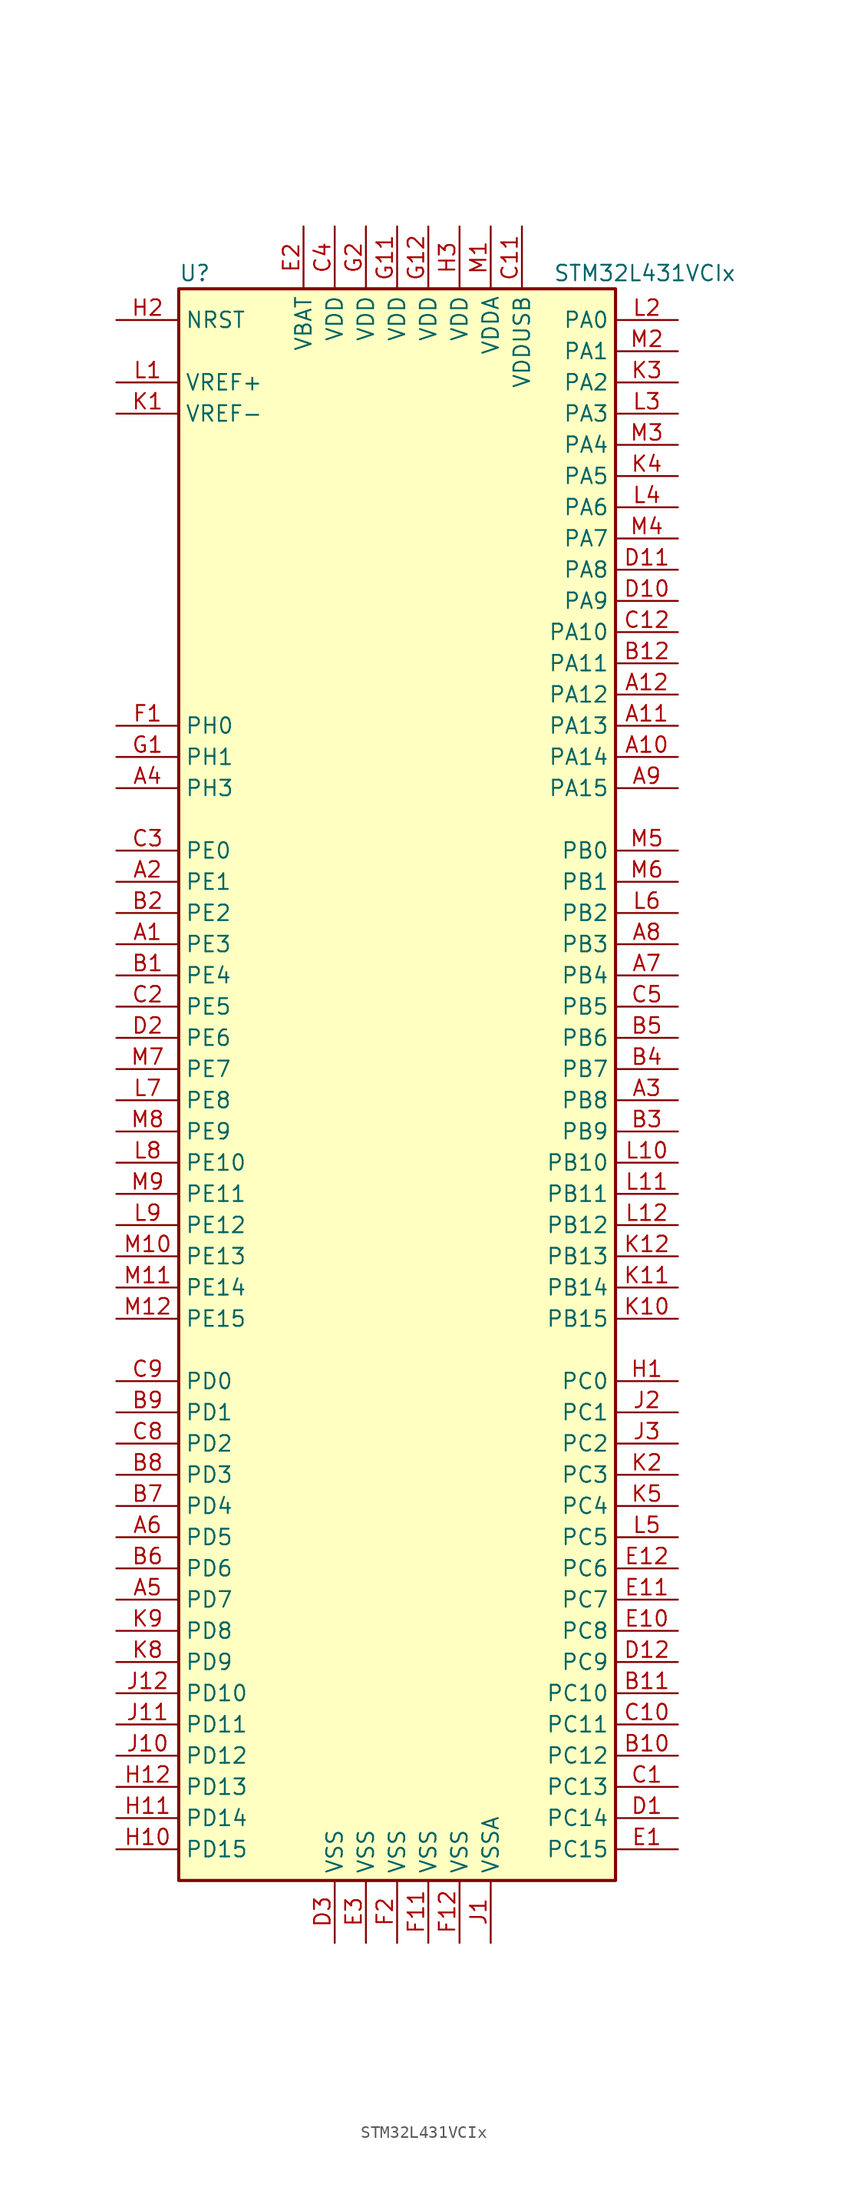
<source format=kicad_sym>
(kicad_symbol_lib
  (version 20201005)
  (generator kicad_symbol_editor)
  (symbol "STM32L431VCIx"
    (property "Reference" "U"
      (at -17.78 64.77 0)
      (effects (font (size 1.27 1.27)) (justify left)))
    (property "Value" "STM32L431VCIx"
      (at 12.7 64.77 0)
      (effects (font (size 1.27 1.27)) (justify left)))
    (symbol "STM32L431VCIx_0_1"
      (rectangle (start -17.78 -66.04) (end 17.78 63.5) (stroke (width 0.254)) (fill (type background))))
    (symbol "STM32L431VCIx_1_1"
      (pin input line (at -22.86 60.96 0) (length 5.08) (name "NRST" (effects (font (size 1.27 1.27)))) (number "H2" (effects (font (size 1.27 1.27)))))
      (pin bidirectional line (at 22.86 60.96 180) (length 5.08) (name "PA0" (effects (font (size 1.27 1.27)))) (number "L2" (effects (font (size 1.27 1.27)))))
      (pin bidirectional line (at 22.86 58.42 180) (length 5.08) (name "PA1" (effects (font (size 1.27 1.27)))) (number "M2" (effects (font (size 1.27 1.27)))))
      (pin bidirectional line (at 22.86 35.56 180) (length 5.08) (name "PA10" (effects (font (size 1.27 1.27)))) (number "C12" (effects (font (size 1.27 1.27)))))
      (pin bidirectional line (at 22.86 33.02 180) (length 5.08) (name "PA11" (effects (font (size 1.27 1.27)))) (number "B12" (effects (font (size 1.27 1.27)))))
      (pin bidirectional line (at 22.86 30.48 180) (length 5.08) (name "PA12" (effects (font (size 1.27 1.27)))) (number "A12" (effects (font (size 1.27 1.27)))))
      (pin bidirectional line (at 22.86 27.94 180) (length 5.08) (name "PA13" (effects (font (size 1.27 1.27)))) (number "A11" (effects (font (size 1.27 1.27)))))
      (pin bidirectional line (at 22.86 25.4 180) (length 5.08) (name "PA14" (effects (font (size 1.27 1.27)))) (number "A10" (effects (font (size 1.27 1.27)))))
      (pin bidirectional line (at 22.86 22.86 180) (length 5.08) (name "PA15" (effects (font (size 1.27 1.27)))) (number "A9" (effects (font (size 1.27 1.27)))))
      (pin bidirectional line (at 22.86 55.88 180) (length 5.08) (name "PA2" (effects (font (size 1.27 1.27)))) (number "K3" (effects (font (size 1.27 1.27)))))
      (pin bidirectional line (at 22.86 53.34 180) (length 5.08) (name "PA3" (effects (font (size 1.27 1.27)))) (number "L3" (effects (font (size 1.27 1.27)))))
      (pin bidirectional line (at 22.86 50.8 180) (length 5.08) (name "PA4" (effects (font (size 1.27 1.27)))) (number "M3" (effects (font (size 1.27 1.27)))))
      (pin bidirectional line (at 22.86 48.26 180) (length 5.08) (name "PA5" (effects (font (size 1.27 1.27)))) (number "K4" (effects (font (size 1.27 1.27)))))
      (pin bidirectional line (at 22.86 45.72 180) (length 5.08) (name "PA6" (effects (font (size 1.27 1.27)))) (number "L4" (effects (font (size 1.27 1.27)))))
      (pin bidirectional line (at 22.86 43.18 180) (length 5.08) (name "PA7" (effects (font (size 1.27 1.27)))) (number "M4" (effects (font (size 1.27 1.27)))))
      (pin bidirectional line (at 22.86 40.64 180) (length 5.08) (name "PA8" (effects (font (size 1.27 1.27)))) (number "D11" (effects (font (size 1.27 1.27)))))
      (pin bidirectional line (at 22.86 38.1 180) (length 5.08) (name "PA9" (effects (font (size 1.27 1.27)))) (number "D10" (effects (font (size 1.27 1.27)))))
      (pin bidirectional line (at 22.86 17.78 180) (length 5.08) (name "PB0" (effects (font (size 1.27 1.27)))) (number "M5" (effects (font (size 1.27 1.27)))))
      (pin bidirectional line (at 22.86 15.24 180) (length 5.08) (name "PB1" (effects (font (size 1.27 1.27)))) (number "M6" (effects (font (size 1.27 1.27)))))
      (pin bidirectional line (at 22.86 -7.62 180) (length 5.08) (name "PB10" (effects (font (size 1.27 1.27)))) (number "L10" (effects (font (size 1.27 1.27)))))
      (pin bidirectional line (at 22.86 -10.16 180) (length 5.08) (name "PB11" (effects (font (size 1.27 1.27)))) (number "L11" (effects (font (size 1.27 1.27)))))
      (pin bidirectional line (at 22.86 -12.7 180) (length 5.08) (name "PB12" (effects (font (size 1.27 1.27)))) (number "L12" (effects (font (size 1.27 1.27)))))
      (pin bidirectional line (at 22.86 -15.24 180) (length 5.08) (name "PB13" (effects (font (size 1.27 1.27)))) (number "K12" (effects (font (size 1.27 1.27)))))
      (pin bidirectional line (at 22.86 -17.78 180) (length 5.08) (name "PB14" (effects (font (size 1.27 1.27)))) (number "K11" (effects (font (size 1.27 1.27)))))
      (pin bidirectional line (at 22.86 -20.32 180) (length 5.08) (name "PB15" (effects (font (size 1.27 1.27)))) (number "K10" (effects (font (size 1.27 1.27)))))
      (pin bidirectional line (at 22.86 12.7 180) (length 5.08) (name "PB2" (effects (font (size 1.27 1.27)))) (number "L6" (effects (font (size 1.27 1.27)))))
      (pin bidirectional line (at 22.86 10.16 180) (length 5.08) (name "PB3" (effects (font (size 1.27 1.27)))) (number "A8" (effects (font (size 1.27 1.27)))))
      (pin bidirectional line (at 22.86 7.62 180) (length 5.08) (name "PB4" (effects (font (size 1.27 1.27)))) (number "A7" (effects (font (size 1.27 1.27)))))
      (pin bidirectional line (at 22.86 5.08 180) (length 5.08) (name "PB5" (effects (font (size 1.27 1.27)))) (number "C5" (effects (font (size 1.27 1.27)))))
      (pin bidirectional line (at 22.86 2.54 180) (length 5.08) (name "PB6" (effects (font (size 1.27 1.27)))) (number "B5" (effects (font (size 1.27 1.27)))))
      (pin bidirectional line (at 22.86 0 180) (length 5.08) (name "PB7" (effects (font (size 1.27 1.27)))) (number "B4" (effects (font (size 1.27 1.27)))))
      (pin bidirectional line (at 22.86 -2.54 180) (length 5.08) (name "PB8" (effects (font (size 1.27 1.27)))) (number "A3" (effects (font (size 1.27 1.27)))))
      (pin bidirectional line (at 22.86 -5.08 180) (length 5.08) (name "PB9" (effects (font (size 1.27 1.27)))) (number "B3" (effects (font (size 1.27 1.27)))))
      (pin bidirectional line (at 22.86 -25.4 180) (length 5.08) (name "PC0" (effects (font (size 1.27 1.27)))) (number "H1" (effects (font (size 1.27 1.27)))))
      (pin bidirectional line (at 22.86 -27.94 180) (length 5.08) (name "PC1" (effects (font (size 1.27 1.27)))) (number "J2" (effects (font (size 1.27 1.27)))))
      (pin bidirectional line (at 22.86 -50.8 180) (length 5.08) (name "PC10" (effects (font (size 1.27 1.27)))) (number "B11" (effects (font (size 1.27 1.27)))))
      (pin bidirectional line (at 22.86 -53.34 180) (length 5.08) (name "PC11" (effects (font (size 1.27 1.27)))) (number "C10" (effects (font (size 1.27 1.27)))))
      (pin bidirectional line (at 22.86 -55.88 180) (length 5.08) (name "PC12" (effects (font (size 1.27 1.27)))) (number "B10" (effects (font (size 1.27 1.27)))))
      (pin bidirectional line (at 22.86 -58.42 180) (length 5.08) (name "PC13" (effects (font (size 1.27 1.27)))) (number "C1" (effects (font (size 1.27 1.27)))))
      (pin bidirectional line (at 22.86 -60.96 180) (length 5.08) (name "PC14" (effects (font (size 1.27 1.27)))) (number "D1" (effects (font (size 1.27 1.27)))))
      (pin bidirectional line (at 22.86 -63.5 180) (length 5.08) (name "PC15" (effects (font (size 1.27 1.27)))) (number "E1" (effects (font (size 1.27 1.27)))))
      (pin bidirectional line (at 22.86 -30.48 180) (length 5.08) (name "PC2" (effects (font (size 1.27 1.27)))) (number "J3" (effects (font (size 1.27 1.27)))))
      (pin bidirectional line (at 22.86 -33.02 180) (length 5.08) (name "PC3" (effects (font (size 1.27 1.27)))) (number "K2" (effects (font (size 1.27 1.27)))))
      (pin bidirectional line (at 22.86 -35.56 180) (length 5.08) (name "PC4" (effects (font (size 1.27 1.27)))) (number "K5" (effects (font (size 1.27 1.27)))))
      (pin bidirectional line (at 22.86 -38.1 180) (length 5.08) (name "PC5" (effects (font (size 1.27 1.27)))) (number "L5" (effects (font (size 1.27 1.27)))))
      (pin bidirectional line (at 22.86 -40.64 180) (length 5.08) (name "PC6" (effects (font (size 1.27 1.27)))) (number "E12" (effects (font (size 1.27 1.27)))))
      (pin bidirectional line (at 22.86 -43.18 180) (length 5.08) (name "PC7" (effects (font (size 1.27 1.27)))) (number "E11" (effects (font (size 1.27 1.27)))))
      (pin bidirectional line (at 22.86 -45.72 180) (length 5.08) (name "PC8" (effects (font (size 1.27 1.27)))) (number "E10" (effects (font (size 1.27 1.27)))))
      (pin bidirectional line (at 22.86 -48.26 180) (length 5.08) (name "PC9" (effects (font (size 1.27 1.27)))) (number "D12" (effects (font (size 1.27 1.27)))))
      (pin bidirectional line (at -22.86 -25.4 0) (length 5.08) (name "PD0" (effects (font (size 1.27 1.27)))) (number "C9" (effects (font (size 1.27 1.27)))))
      (pin bidirectional line (at -22.86 -27.94 0) (length 5.08) (name "PD1" (effects (font (size 1.27 1.27)))) (number "B9" (effects (font (size 1.27 1.27)))))
      (pin bidirectional line (at -22.86 -50.8 0) (length 5.08) (name "PD10" (effects (font (size 1.27 1.27)))) (number "J12" (effects (font (size 1.27 1.27)))))
      (pin bidirectional line (at -22.86 -53.34 0) (length 5.08) (name "PD11" (effects (font (size 1.27 1.27)))) (number "J11" (effects (font (size 1.27 1.27)))))
      (pin bidirectional line (at -22.86 -55.88 0) (length 5.08) (name "PD12" (effects (font (size 1.27 1.27)))) (number "J10" (effects (font (size 1.27 1.27)))))
      (pin bidirectional line (at -22.86 -58.42 0) (length 5.08) (name "PD13" (effects (font (size 1.27 1.27)))) (number "H12" (effects (font (size 1.27 1.27)))))
      (pin bidirectional line (at -22.86 -60.96 0) (length 5.08) (name "PD14" (effects (font (size 1.27 1.27)))) (number "H11" (effects (font (size 1.27 1.27)))))
      (pin bidirectional line (at -22.86 -63.5 0) (length 5.08) (name "PD15" (effects (font (size 1.27 1.27)))) (number "H10" (effects (font (size 1.27 1.27)))))
      (pin bidirectional line (at -22.86 -30.48 0) (length 5.08) (name "PD2" (effects (font (size 1.27 1.27)))) (number "C8" (effects (font (size 1.27 1.27)))))
      (pin bidirectional line (at -22.86 -33.02 0) (length 5.08) (name "PD3" (effects (font (size 1.27 1.27)))) (number "B8" (effects (font (size 1.27 1.27)))))
      (pin bidirectional line (at -22.86 -35.56 0) (length 5.08) (name "PD4" (effects (font (size 1.27 1.27)))) (number "B7" (effects (font (size 1.27 1.27)))))
      (pin bidirectional line (at -22.86 -38.1 0) (length 5.08) (name "PD5" (effects (font (size 1.27 1.27)))) (number "A6" (effects (font (size 1.27 1.27)))))
      (pin bidirectional line (at -22.86 -40.64 0) (length 5.08) (name "PD6" (effects (font (size 1.27 1.27)))) (number "B6" (effects (font (size 1.27 1.27)))))
      (pin bidirectional line (at -22.86 -43.18 0) (length 5.08) (name "PD7" (effects (font (size 1.27 1.27)))) (number "A5" (effects (font (size 1.27 1.27)))))
      (pin bidirectional line (at -22.86 -45.72 0) (length 5.08) (name "PD8" (effects (font (size 1.27 1.27)))) (number "K9" (effects (font (size 1.27 1.27)))))
      (pin bidirectional line (at -22.86 -48.26 0) (length 5.08) (name "PD9" (effects (font (size 1.27 1.27)))) (number "K8" (effects (font (size 1.27 1.27)))))
      (pin bidirectional line (at -22.86 17.78 0) (length 5.08) (name "PE0" (effects (font (size 1.27 1.27)))) (number "C3" (effects (font (size 1.27 1.27)))))
      (pin bidirectional line (at -22.86 15.24 0) (length 5.08) (name "PE1" (effects (font (size 1.27 1.27)))) (number "A2" (effects (font (size 1.27 1.27)))))
      (pin bidirectional line (at -22.86 -7.62 0) (length 5.08) (name "PE10" (effects (font (size 1.27 1.27)))) (number "L8" (effects (font (size 1.27 1.27)))))
      (pin bidirectional line (at -22.86 -10.16 0) (length 5.08) (name "PE11" (effects (font (size 1.27 1.27)))) (number "M9" (effects (font (size 1.27 1.27)))))
      (pin bidirectional line (at -22.86 -12.7 0) (length 5.08) (name "PE12" (effects (font (size 1.27 1.27)))) (number "L9" (effects (font (size 1.27 1.27)))))
      (pin bidirectional line (at -22.86 -15.24 0) (length 5.08) (name "PE13" (effects (font (size 1.27 1.27)))) (number "M10" (effects (font (size 1.27 1.27)))))
      (pin bidirectional line (at -22.86 -17.78 0) (length 5.08) (name "PE14" (effects (font (size 1.27 1.27)))) (number "M11" (effects (font (size 1.27 1.27)))))
      (pin bidirectional line (at -22.86 -20.32 0) (length 5.08) (name "PE15" (effects (font (size 1.27 1.27)))) (number "M12" (effects (font (size 1.27 1.27)))))
      (pin bidirectional line (at -22.86 12.7 0) (length 5.08) (name "PE2" (effects (font (size 1.27 1.27)))) (number "B2" (effects (font (size 1.27 1.27)))))
      (pin bidirectional line (at -22.86 10.16 0) (length 5.08) (name "PE3" (effects (font (size 1.27 1.27)))) (number "A1" (effects (font (size 1.27 1.27)))))
      (pin bidirectional line (at -22.86 7.62 0) (length 5.08) (name "PE4" (effects (font (size 1.27 1.27)))) (number "B1" (effects (font (size 1.27 1.27)))))
      (pin bidirectional line (at -22.86 5.08 0) (length 5.08) (name "PE5" (effects (font (size 1.27 1.27)))) (number "C2" (effects (font (size 1.27 1.27)))))
      (pin bidirectional line (at -22.86 2.54 0) (length 5.08) (name "PE6" (effects (font (size 1.27 1.27)))) (number "D2" (effects (font (size 1.27 1.27)))))
      (pin bidirectional line (at -22.86 0 0) (length 5.08) (name "PE7" (effects (font (size 1.27 1.27)))) (number "M7" (effects (font (size 1.27 1.27)))))
      (pin bidirectional line (at -22.86 -2.54 0) (length 5.08) (name "PE8" (effects (font (size 1.27 1.27)))) (number "L7" (effects (font (size 1.27 1.27)))))
      (pin bidirectional line (at -22.86 -5.08 0) (length 5.08) (name "PE9" (effects (font (size 1.27 1.27)))) (number "M8" (effects (font (size 1.27 1.27)))))
      (pin input line (at -22.86 27.94 0) (length 5.08) (name "PH0" (effects (font (size 1.27 1.27)))) (number "F1" (effects (font (size 1.27 1.27)))))
      (pin input line (at -22.86 25.4 0) (length 5.08) (name "PH1" (effects (font (size 1.27 1.27)))) (number "G1" (effects (font (size 1.27 1.27)))))
      (pin bidirectional line (at -22.86 22.86 0) (length 5.08) (name "PH3" (effects (font (size 1.27 1.27)))) (number "A4" (effects (font (size 1.27 1.27)))))
      (pin power_in line (at -7.62 68.58 270) (length 5.08) (name "VBAT" (effects (font (size 1.27 1.27)))) (number "E2" (effects (font (size 1.27 1.27)))))
      (pin power_in line (at -5.08 68.58 270) (length 5.08) (name "VDD" (effects (font (size 1.27 1.27)))) (number "C4" (effects (font (size 1.27 1.27)))))
      (pin power_in line (at 0 68.58 270) (length 5.08) (name "VDD" (effects (font (size 1.27 1.27)))) (number "G11" (effects (font (size 1.27 1.27)))))
      (pin power_in line (at 2.54 68.58 270) (length 5.08) (name "VDD" (effects (font (size 1.27 1.27)))) (number "G12" (effects (font (size 1.27 1.27)))))
      (pin power_in line (at -2.54 68.58 270) (length 5.08) (name "VDD" (effects (font (size 1.27 1.27)))) (number "G2" (effects (font (size 1.27 1.27)))))
      (pin power_in line (at 5.08 68.58 270) (length 5.08) (name "VDD" (effects (font (size 1.27 1.27)))) (number "H3" (effects (font (size 1.27 1.27)))))
      (pin power_in line (at 7.62 68.58 270) (length 5.08) (name "VDDA" (effects (font (size 1.27 1.27)))) (number "M1" (effects (font (size 1.27 1.27)))))
      (pin power_in line (at 10.16 68.58 270) (length 5.08) (name "VDDUSB" (effects (font (size 1.27 1.27)))) (number "C11" (effects (font (size 1.27 1.27)))))
      (pin bidirectional line (at -22.86 55.88 0) (length 5.08) (name "VREF+" (effects (font (size 1.27 1.27)))) (number "L1" (effects (font (size 1.27 1.27)))))
      (pin power_in line (at -22.86 53.34 0) (length 5.08) (name "VREF-" (effects (font (size 1.27 1.27)))) (number "K1" (effects (font (size 1.27 1.27)))))
      (pin power_in line (at -5.08 -71.12 90) (length 5.08) (name "VSS" (effects (font (size 1.27 1.27)))) (number "D3" (effects (font (size 1.27 1.27)))))
      (pin power_in line (at -2.54 -71.12 90) (length 5.08) (name "VSS" (effects (font (size 1.27 1.27)))) (number "E3" (effects (font (size 1.27 1.27)))))
      (pin power_in line (at 2.54 -71.12 90) (length 5.08) (name "VSS" (effects (font (size 1.27 1.27)))) (number "F11" (effects (font (size 1.27 1.27)))))
      (pin power_in line (at 5.08 -71.12 90) (length 5.08) (name "VSS" (effects (font (size 1.27 1.27)))) (number "F12" (effects (font (size 1.27 1.27)))))
      (pin power_in line (at 0 -71.12 90) (length 5.08) (name "VSS" (effects (font (size 1.27 1.27)))) (number "F2" (effects (font (size 1.27 1.27)))))
      (pin power_in line (at 7.62 -71.12 90) (length 5.08) (name "VSSA" (effects (font (size 1.27 1.27)))) (number "J1" (effects (font (size 1.27 1.27))))))))
</source>
